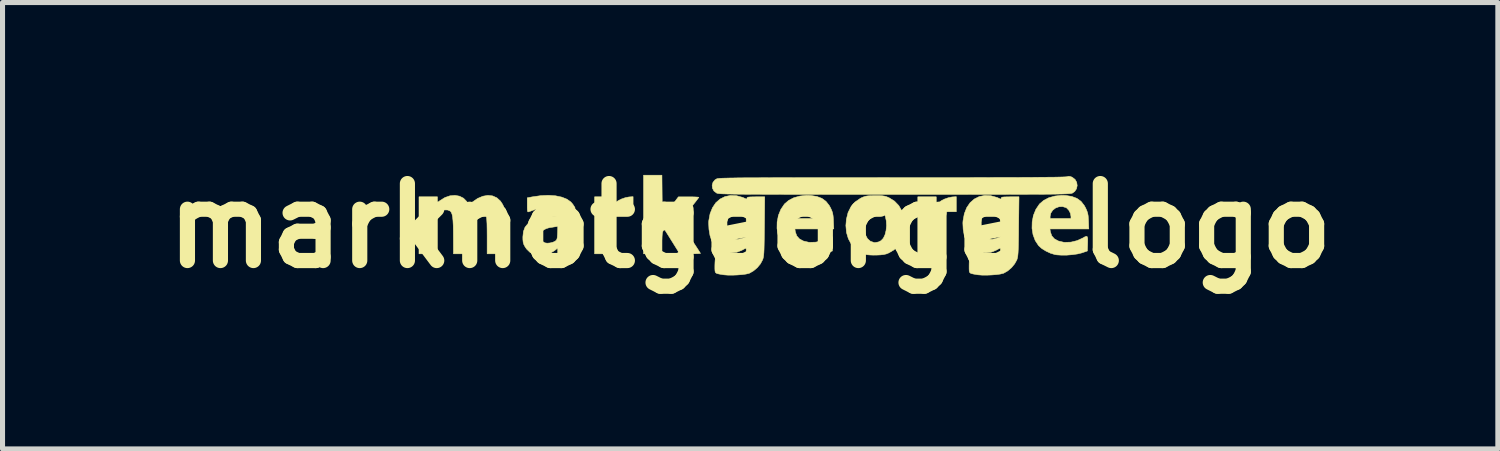
<source format=kicad_pcb>
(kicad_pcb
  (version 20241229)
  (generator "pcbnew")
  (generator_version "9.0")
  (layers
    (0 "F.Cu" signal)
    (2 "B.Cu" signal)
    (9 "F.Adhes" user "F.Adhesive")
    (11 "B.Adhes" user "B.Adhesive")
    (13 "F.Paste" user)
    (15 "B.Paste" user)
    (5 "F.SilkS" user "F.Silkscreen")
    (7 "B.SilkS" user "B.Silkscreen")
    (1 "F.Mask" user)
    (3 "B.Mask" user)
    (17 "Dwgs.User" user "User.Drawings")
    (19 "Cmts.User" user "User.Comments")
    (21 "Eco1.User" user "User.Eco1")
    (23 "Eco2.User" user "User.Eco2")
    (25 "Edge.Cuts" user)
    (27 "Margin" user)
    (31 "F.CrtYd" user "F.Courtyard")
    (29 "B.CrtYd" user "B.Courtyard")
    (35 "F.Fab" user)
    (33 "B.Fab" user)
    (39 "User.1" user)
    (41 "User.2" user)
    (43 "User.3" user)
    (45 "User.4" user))
  (footprint "marknotgeorge logo"
    (layer "F.Cu")
    (at 11.8 1.418)
    (property "Reference" "marknotgeorge logo" (at 0 0 0) (layer "F.SilkS") (effects (font (size 1.524 1.524) (thickness 0.3))))
    (attr through_hole)
    (fp_poly (pts (xy -2.318 -0.277) (xy -2.449 -0.277) (xy -2.521 -0.275) (xy -2.589 -0.268) (xy -2.642 -0.259) (xy -2.647 -0.257) (xy -2.715 -0.237) (xy -2.715 0.556) (xy -3.08 0.556) (xy -3.08 -0.572) (xy -2.715 -0.572) (xy -2.715 -0.5) (xy -2.711 -0.451) (xy -2.7 -0.431) (xy -2.68 -0.44) (xy -2.662 -0.457) (xy -2.614 -0.495) (xy -2.547 -0.529) (xy -2.472 -0.555) (xy -2.401 -0.569) (xy -2.318 -0.575) (xy -2.318 -0.277)) (stroke (width 0.01) (type solid)) (fill yes) (layer "F.SilkS"))
    (fp_poly (pts (xy 4.08 -0.277) (xy 3.949 -0.277) (xy 3.877 -0.275) (xy 3.808 -0.268) (xy 3.756 -0.259) (xy 3.75 -0.257) (xy 3.683 -0.237) (xy 3.683 0.556) (xy 3.318 0.556) (xy 3.318 -0.572) (xy 3.683 -0.572) (xy 3.683 -0.5) (xy 3.686 -0.451) (xy 3.697 -0.431) (xy 3.718 -0.44) (xy 3.736 -0.457) (xy 3.783 -0.495) (xy 3.85 -0.529) (xy 3.926 -0.555) (xy 3.996 -0.569) (xy 4.08 -0.575) (xy 4.08 -0.277)) (stroke (width 0.01) (type solid)) (fill yes) (layer "F.SilkS"))
    (fp_poly (pts (xy -1.743 -0.576) (xy -1.738 -0.151) (xy -1.58 -0.361) (xy -1.421 -0.571) (xy -1.218 -0.571) (xy -1.142 -0.571) (xy -1.079 -0.569) (xy -1.035 -0.566) (xy -1.016 -0.563) (xy -1.016 -0.562) (xy -1.026 -0.548) (xy -1.052 -0.513) (xy -1.092 -0.461) (xy -1.143 -0.398) (xy -1.193 -0.336) (xy -1.252 -0.265) (xy -1.304 -0.201) (xy -1.346 -0.149) (xy -1.374 -0.114) (xy -1.384 -0.101) (xy -1.38 -0.081) (xy -1.358 -0.037) (xy -1.319 0.03) (xy -1.263 0.119) (xy -1.191 0.229) (xy -1.133 0.317) (xy -1.081 0.396) (xy -1.038 0.462) (xy -1.006 0.512) (xy -0.988 0.541) (xy -0.984 0.548) (xy -0.999 0.551) (xy -1.04 0.553) (xy -1.1 0.555) (xy -1.175 0.556) (xy -1.189 0.556) (xy -1.394 0.556) (xy -1.534 0.331) (xy -1.582 0.255) (xy -1.624 0.187) (xy -1.658 0.134) (xy -1.68 0.099) (xy -1.687 0.089) (xy -1.705 0.085) (xy -1.723 0.102) (xy -1.733 0.124) (xy -1.74 0.16) (xy -1.744 0.216) (xy -1.746 0.296) (xy -1.746 0.344) (xy -1.746 0.556) (xy -2.111 0.556) (xy -2.111 -1) (xy -1.747 -1) (xy -1.743 -0.576)) (stroke (width 0.01) (type solid)) (fill yes) (layer "F.SilkS"))
    (fp_poly (pts (xy -5.098 -0.59) (xy -5.014 -0.552) (xy -4.943 -0.487) (xy -4.901 -0.423) (xy -4.891 -0.402) (xy -4.882 -0.381) (xy -4.876 -0.354) (xy -4.871 -0.319) (xy -4.868 -0.271) (xy -4.865 -0.206) (xy -4.864 -0.121) (xy -4.862 -0.011) (xy -4.861 0.099) (xy -4.856 0.556) (xy -5.207 0.556) (xy -5.207 0.202) (xy -5.208 0.067) (xy -5.21 -0.041) (xy -5.215 -0.124) (xy -5.222 -0.186) (xy -5.233 -0.232) (xy -5.248 -0.264) (xy -5.267 -0.286) (xy -5.28 -0.296) (xy -5.33 -0.313) (xy -5.393 -0.312) (xy -5.456 -0.294) (xy -5.485 -0.279) (xy -5.524 -0.253) (xy -5.524 0.556) (xy -5.874 0.556) (xy -5.875 0.258) (xy -5.876 0.112) (xy -5.878 -0.006) (xy -5.883 -0.098) (xy -5.89 -0.169) (xy -5.9 -0.221) (xy -5.914 -0.258) (xy -5.93 -0.282) (xy -5.938 -0.29) (xy -5.986 -0.311) (xy -6.048 -0.313) (xy -6.113 -0.299) (xy -6.151 -0.279) (xy -6.191 -0.253) (xy -6.191 0.556) (xy -6.556 0.556) (xy -6.556 -0.572) (xy -6.191 -0.572) (xy -6.191 -0.459) (xy -6.139 -0.498) (xy -6.042 -0.558) (xy -5.943 -0.592) (xy -5.845 -0.601) (xy -5.755 -0.585) (xy -5.675 -0.545) (xy -5.612 -0.481) (xy -5.605 -0.471) (xy -5.567 -0.413) (xy -5.501 -0.467) (xy -5.395 -0.54) (xy -5.291 -0.584) (xy -5.191 -0.601) (xy -5.098 -0.59)) (stroke (width 0.01) (type solid)) (fill yes) (layer "F.SilkS"))
    (fp_poly (pts (xy 1.195 -0.599) (xy 1.319 -0.579) (xy 1.42 -0.541) (xy 1.5 -0.482) (xy 1.565 -0.4) (xy 1.591 -0.353) (xy 1.616 -0.298) (xy 1.632 -0.25) (xy 1.641 -0.198) (xy 1.647 -0.13) (xy 1.648 -0.093) (xy 1.655 0.064) (xy 0.885 0.064) (xy 0.894 0.123) (xy 0.922 0.201) (xy 0.975 0.261) (xy 1.053 0.303) (xy 1.156 0.327) (xy 1.18 0.329) (xy 1.301 0.325) (xy 1.424 0.295) (xy 1.533 0.245) (xy 1.579 0.219) (xy 1.608 0.209) (xy 1.625 0.219) (xy 1.632 0.251) (xy 1.633 0.309) (xy 1.632 0.353) (xy 1.627 0.5) (xy 1.516 0.538) (xy 1.434 0.558) (xy 1.333 0.573) (xy 1.223 0.582) (xy 1.116 0.583) (xy 1.022 0.577) (xy 0.984 0.571) (xy 0.896 0.544) (xy 0.806 0.502) (xy 0.725 0.452) (xy 0.664 0.398) (xy 0.66 0.393) (xy 0.594 0.293) (xy 0.551 0.177) (xy 0.531 0.052) (xy 0.534 -0.078) (xy 0.547 -0.143) (xy 0.889 -0.143) (xy 1.302 -0.143) (xy 1.302 -0.184) (xy 1.29 -0.245) (xy 1.261 -0.304) (xy 1.22 -0.348) (xy 1.205 -0.358) (xy 1.135 -0.379) (xy 1.063 -0.375) (xy 0.996 -0.35) (xy 0.94 -0.307) (xy 0.902 -0.25) (xy 0.889 -0.187) (xy 0.889 -0.143) (xy 0.547 -0.143) (xy 0.559 -0.205) (xy 0.607 -0.323) (xy 0.677 -0.427) (xy 0.682 -0.433) (xy 0.762 -0.501) (xy 0.864 -0.554) (xy 0.984 -0.587) (xy 1.114 -0.601) (xy 1.195 -0.599)) (stroke (width 0.01) (type solid)) (fill yes) (layer "F.SilkS"))
    (fp_poly (pts (xy 6.244 -0.599) (xy 6.367 -0.579) (xy 6.468 -0.541) (xy 6.549 -0.482) (xy 6.613 -0.4) (xy 6.639 -0.353) (xy 6.664 -0.298) (xy 6.68 -0.25) (xy 6.69 -0.198) (xy 6.695 -0.13) (xy 6.697 -0.093) (xy 6.703 0.064) (xy 5.933 0.064) (xy 5.943 0.123) (xy 5.97 0.201) (xy 6.023 0.261) (xy 6.102 0.303) (xy 6.204 0.327) (xy 6.229 0.329) (xy 6.349 0.325) (xy 6.472 0.295) (xy 6.581 0.245) (xy 6.627 0.219) (xy 6.657 0.209) (xy 6.673 0.219) (xy 6.681 0.251) (xy 6.681 0.309) (xy 6.68 0.353) (xy 6.675 0.5) (xy 6.564 0.538) (xy 6.483 0.558) (xy 6.381 0.573) (xy 6.271 0.582) (xy 6.164 0.583) (xy 6.071 0.577) (xy 6.032 0.571) (xy 5.944 0.544) (xy 5.854 0.502) (xy 5.773 0.452) (xy 5.712 0.398) (xy 5.708 0.393) (xy 5.642 0.293) (xy 5.599 0.177) (xy 5.579 0.052) (xy 5.582 -0.078) (xy 5.595 -0.143) (xy 5.937 -0.143) (xy 6.35 -0.143) (xy 6.35 -0.184) (xy 6.339 -0.245) (xy 6.309 -0.304) (xy 6.268 -0.348) (xy 6.253 -0.358) (xy 6.183 -0.379) (xy 6.112 -0.375) (xy 6.044 -0.35) (xy 5.989 -0.307) (xy 5.951 -0.25) (xy 5.937 -0.187) (xy 5.937 -0.143) (xy 5.595 -0.143) (xy 5.607 -0.205) (xy 5.655 -0.323) (xy 5.725 -0.427) (xy 5.73 -0.433) (xy 5.81 -0.501) (xy 5.912 -0.554) (xy 6.032 -0.587) (xy 6.162 -0.601) (xy 6.244 -0.599)) (stroke (width 0.01) (type solid)) (fill yes) (layer "F.SilkS"))
    (fp_poly (pts (xy 2.559 -0.595) (xy 2.618 -0.592) (xy 2.663 -0.585) (xy 2.703 -0.573) (xy 2.744 -0.555) (xy 2.748 -0.554) (xy 2.856 -0.487) (xy 2.942 -0.398) (xy 3.004 -0.288) (xy 3.044 -0.156) (xy 3.05 -0.118) (xy 3.059 0.027) (xy 3.042 0.162) (xy 3 0.284) (xy 2.935 0.39) (xy 2.848 0.476) (xy 2.749 0.536) (xy 2.696 0.558) (xy 2.641 0.571) (xy 2.575 0.578) (xy 2.509 0.581) (xy 2.435 0.582) (xy 2.366 0.579) (xy 2.313 0.574) (xy 2.298 0.571) (xy 2.181 0.526) (xy 2.082 0.457) (xy 2.002 0.366) (xy 1.943 0.257) (xy 1.906 0.133) (xy 1.894 -0.004) (xy 1.898 -0.049) (xy 2.256 -0.049) (xy 2.257 0.052) (xy 2.273 0.148) (xy 2.283 0.182) (xy 2.322 0.257) (xy 2.379 0.307) (xy 2.45 0.332) (xy 2.477 0.333) (xy 2.538 0.322) (xy 2.589 0.297) (xy 2.635 0.249) (xy 2.669 0.178) (xy 2.69 0.093) (xy 2.699 -0.001) (xy 2.694 -0.096) (xy 2.675 -0.184) (xy 2.643 -0.259) (xy 2.619 -0.291) (xy 2.591 -0.319) (xy 2.564 -0.334) (xy 2.525 -0.34) (xy 2.477 -0.341) (xy 2.42 -0.34) (xy 2.385 -0.333) (xy 2.358 -0.316) (xy 2.334 -0.291) (xy 2.296 -0.229) (xy 2.27 -0.145) (xy 2.256 -0.049) (xy 1.898 -0.049) (xy 1.904 -0.126) (xy 1.938 -0.262) (xy 1.996 -0.377) (xy 2.077 -0.47) (xy 2.182 -0.542) (xy 2.205 -0.554) (xy 2.248 -0.572) (xy 2.287 -0.584) (xy 2.331 -0.591) (xy 2.389 -0.594) (xy 2.47 -0.595) (xy 2.477 -0.595) (xy 2.559 -0.595)) (stroke (width 0.01) (type solid)) (fill yes) (layer "F.SilkS"))
    (fp_poly (pts (xy -3.852 -0.592) (xy -3.729 -0.566) (xy -3.627 -0.525) (xy -3.549 -0.469) (xy -3.512 -0.426) (xy -3.469 -0.36) (xy -3.464 0.098) (xy -3.459 0.556) (xy -3.81 0.556) (xy -3.81 0.439) (xy -3.846 0.472) (xy -3.88 0.498) (xy -3.93 0.527) (xy -3.969 0.546) (xy -4.063 0.577) (xy -4.164 0.587) (xy -4.257 0.574) (xy -4.278 0.568) (xy -4.361 0.525) (xy -4.427 0.46) (xy -4.457 0.416) (xy -4.481 0.371) (xy -4.494 0.328) (xy -4.499 0.277) (xy -4.5 0.222) (xy -4.498 0.205) (xy -4.143 0.205) (xy -4.135 0.269) (xy -4.109 0.312) (xy -4.064 0.339) (xy -4.019 0.346) (xy -3.96 0.341) (xy -3.902 0.326) (xy -3.86 0.306) (xy -3.839 0.288) (xy -3.826 0.266) (xy -3.819 0.233) (xy -3.815 0.18) (xy -3.813 0.143) (xy -3.809 0.012) (xy -3.861 0.021) (xy -3.912 0.029) (xy -3.97 0.038) (xy -3.981 0.04) (xy -4.037 0.057) (xy -4.088 0.084) (xy -4.096 0.09) (xy -4.126 0.121) (xy -4.14 0.155) (xy -4.143 0.205) (xy -4.498 0.205) (xy -4.489 0.115) (xy -4.457 0.03) (xy -4.402 -0.038) (xy -4.319 -0.093) (xy -4.282 -0.111) (xy -4.239 -0.125) (xy -4.172 -0.141) (xy -4.092 -0.157) (xy -4.008 -0.172) (xy -3.928 -0.183) (xy -3.861 -0.189) (xy -3.838 -0.19) (xy -3.816 -0.203) (xy -3.81 -0.232) (xy -3.819 -0.269) (xy -3.841 -0.301) (xy -3.9 -0.339) (xy -3.98 -0.359) (xy -4.074 -0.361) (xy -4.177 -0.345) (xy -4.247 -0.324) (xy -4.305 -0.304) (xy -4.354 -0.286) (xy -4.384 -0.276) (xy -4.385 -0.275) (xy -4.399 -0.274) (xy -4.407 -0.284) (xy -4.411 -0.311) (xy -4.413 -0.36) (xy -4.413 -0.409) (xy -4.413 -0.552) (xy -4.314 -0.571) (xy -4.147 -0.595) (xy -3.992 -0.602) (xy -3.852 -0.592)) (stroke (width 0.01) (type solid)) (fill yes) (layer "F.SilkS"))
    (fp_poly (pts (xy -0.27 -0.594) (xy -0.144 -0.559) (xy -0.075 -0.527) (xy -0.065 -0.534) (xy -0.064 -0.546) (xy -0.059 -0.557) (xy -0.043 -0.565) (xy -0.01 -0.569) (xy 0.045 -0.571) (xy 0.112 -0.572) (xy 0.288 -0.572) (xy 0.282 0.012) (xy 0.28 0.166) (xy 0.278 0.292) (xy 0.276 0.393) (xy 0.274 0.472) (xy 0.271 0.534) (xy 0.267 0.581) (xy 0.262 0.617) (xy 0.256 0.645) (xy 0.248 0.669) (xy 0.246 0.675) (xy 0.204 0.753) (xy 0.141 0.83) (xy 0.065 0.894) (xy -0.013 0.939) (xy -0.024 0.943) (xy -0.082 0.957) (xy -0.162 0.968) (xy -0.255 0.975) (xy -0.353 0.979) (xy -0.445 0.978) (xy -0.523 0.972) (xy -0.547 0.968) (xy -0.617 0.956) (xy -0.661 0.945) (xy -0.686 0.929) (xy -0.696 0.9) (xy -0.699 0.854) (xy -0.699 0.793) (xy -0.697 0.731) (xy -0.694 0.682) (xy -0.689 0.655) (xy -0.687 0.651) (xy -0.667 0.656) (xy -0.625 0.668) (xy -0.569 0.686) (xy -0.548 0.692) (xy -0.436 0.719) (xy -0.332 0.727) (xy -0.241 0.715) (xy -0.167 0.686) (xy -0.115 0.639) (xy -0.103 0.62) (xy -0.092 0.587) (xy -0.084 0.543) (xy -0.079 0.497) (xy -0.079 0.461) (xy -0.084 0.445) (xy -0.085 0.445) (xy -0.101 0.452) (xy -0.136 0.47) (xy -0.165 0.486) (xy -0.264 0.525) (xy -0.368 0.538) (xy -0.473 0.527) (xy -0.571 0.494) (xy -0.657 0.439) (xy -0.725 0.366) (xy -0.759 0.306) (xy -0.795 0.196) (xy -0.816 0.071) (xy -0.822 -0.053) (xy -0.821 -0.07) (xy -0.459 -0.07) (xy -0.458 0.027) (xy -0.442 0.115) (xy -0.425 0.159) (xy -0.378 0.225) (xy -0.317 0.261) (xy -0.243 0.27) (xy -0.155 0.249) (xy -0.143 0.244) (xy -0.079 0.219) (xy -0.079 -0.331) (xy -0.152 -0.342) (xy -0.246 -0.343) (xy -0.327 -0.316) (xy -0.391 -0.264) (xy -0.435 -0.19) (xy -0.444 -0.162) (xy -0.459 -0.07) (xy -0.821 -0.07) (xy -0.82 -0.097) (xy -0.794 -0.238) (xy -0.746 -0.357) (xy -0.68 -0.455) (xy -0.596 -0.528) (xy -0.498 -0.577) (xy -0.389 -0.599) (xy -0.27 -0.594)) (stroke (width 0.01) (type solid)) (fill yes) (layer "F.SilkS"))
    (fp_poly (pts (xy 4.762 -0.594) (xy 4.888 -0.559) (xy 4.957 -0.527) (xy 4.967 -0.534) (xy 4.969 -0.546) (xy 4.973 -0.557) (xy 4.989 -0.565) (xy 5.022 -0.569) (xy 5.077 -0.571) (xy 5.145 -0.572) (xy 5.321 -0.572) (xy 5.314 0.012) (xy 5.313 0.166) (xy 5.311 0.292) (xy 5.309 0.393) (xy 5.306 0.472) (xy 5.303 0.534) (xy 5.299 0.581) (xy 5.294 0.617) (xy 5.288 0.645) (xy 5.281 0.669) (xy 5.279 0.675) (xy 5.236 0.753) (xy 5.173 0.83) (xy 5.098 0.894) (xy 5.02 0.939) (xy 5.008 0.943) (xy 4.951 0.957) (xy 4.871 0.968) (xy 4.777 0.975) (xy 4.68 0.979) (xy 4.587 0.978) (xy 4.509 0.972) (xy 4.485 0.968) (xy 4.416 0.956) (xy 4.371 0.945) (xy 4.347 0.929) (xy 4.336 0.9) (xy 4.334 0.854) (xy 4.334 0.793) (xy 4.335 0.731) (xy 4.338 0.682) (xy 4.343 0.655) (xy 4.346 0.651) (xy 4.365 0.656) (xy 4.407 0.668) (xy 4.464 0.686) (xy 4.485 0.692) (xy 4.597 0.719) (xy 4.7 0.727) (xy 4.791 0.715) (xy 4.865 0.686) (xy 4.917 0.639) (xy 4.929 0.62) (xy 4.94 0.587) (xy 4.949 0.543) (xy 4.954 0.497) (xy 4.954 0.461) (xy 4.948 0.445) (xy 4.947 0.445) (xy 4.931 0.452) (xy 4.896 0.47) (xy 4.867 0.486) (xy 4.768 0.525) (xy 4.664 0.538) (xy 4.56 0.527) (xy 4.462 0.494) (xy 4.376 0.439) (xy 4.307 0.366) (xy 4.274 0.306) (xy 4.238 0.196) (xy 4.216 0.071) (xy 4.21 -0.053) (xy 4.211 -0.07) (xy 4.573 -0.07) (xy 4.574 0.027) (xy 4.59 0.115) (xy 4.608 0.159) (xy 4.655 0.225) (xy 4.715 0.261) (xy 4.79 0.27) (xy 4.877 0.249) (xy 4.889 0.244) (xy 4.953 0.219) (xy 4.953 -0.331) (xy 4.88 -0.342) (xy 4.786 -0.343) (xy 4.706 -0.316) (xy 4.642 -0.264) (xy 4.598 -0.19) (xy 4.589 -0.162) (xy 4.573 -0.07) (xy 4.211 -0.07) (xy 4.213 -0.097) (xy 4.239 -0.238) (xy 4.286 -0.357) (xy 4.353 -0.455) (xy 4.436 -0.528) (xy 4.534 -0.577) (xy 4.644 -0.599) (xy 4.762 -0.594)) (stroke (width 0.01) (type solid)) (fill yes) (layer "F.SilkS"))
    (fp_poly (pts (xy 6.347 -0.971) (xy 6.377 -0.958) (xy 6.431 -0.916) (xy 6.463 -0.86) (xy 6.473 -0.796) (xy 6.46 -0.733) (xy 6.425 -0.679) (xy 6.381 -0.647) (xy 6.374 -0.644) (xy 6.364 -0.641) (xy 6.349 -0.638) (xy 6.33 -0.636) (xy 6.304 -0.634) (xy 6.27 -0.632) (xy 6.227 -0.63) (xy 6.173 -0.628) (xy 6.108 -0.627) (xy 6.03 -0.625) (xy 5.939 -0.624) (xy 5.831 -0.623) (xy 5.708 -0.622) (xy 5.566 -0.622) (xy 5.405 -0.621) (xy 5.224 -0.621) (xy 5.021 -0.62) (xy 4.796 -0.62) (xy 4.546 -0.62) (xy 4.271 -0.619) (xy 3.969 -0.619) (xy 3.64 -0.619) (xy 3.281 -0.619) (xy 2.892 -0.619) (xy 2.857 -0.619) (xy 2.466 -0.619) (xy 2.105 -0.619) (xy 1.773 -0.619) (xy 1.469 -0.619) (xy 1.191 -0.62) (xy 0.939 -0.62) (xy 0.712 -0.62) (xy 0.507 -0.621) (xy 0.324 -0.621) (xy 0.162 -0.622) (xy 0.019 -0.622) (xy -0.107 -0.623) (xy -0.215 -0.624) (xy -0.308 -0.625) (xy -0.387 -0.627) (xy -0.453 -0.628) (xy -0.507 -0.63) (xy -0.551 -0.631) (xy -0.586 -0.633) (xy -0.613 -0.636) (xy -0.633 -0.638) (xy -0.648 -0.641) (xy -0.658 -0.644) (xy -0.666 -0.647) (xy -0.666 -0.647) (xy -0.718 -0.688) (xy -0.747 -0.742) (xy -0.753 -0.802) (xy -0.736 -0.86) (xy -0.697 -0.907) (xy -0.66 -0.929) (xy -0.65 -0.932) (xy -0.634 -0.934) (xy -0.611 -0.937) (xy -0.578 -0.939) (xy -0.536 -0.941) (xy -0.482 -0.942) (xy -0.415 -0.944) (xy -0.335 -0.945) (xy -0.24 -0.947) (xy -0.129 -0.948) (xy 0.000227 -0.949) (xy 0.148 -0.949) (xy 0.315 -0.95) (xy 0.504 -0.951) (xy 0.714 -0.951) (xy 0.949 -0.952) (xy 1.208 -0.952) (xy 1.493 -0.952) (xy 1.805 -0.952) (xy 2.146 -0.952) (xy 2.516 -0.952) (xy 2.807 -0.953) (xy 3.235 -0.953) (xy 3.632 -0.953) (xy 3.998 -0.953) (xy 4.334 -0.953) (xy 4.641 -0.954) (xy 4.92 -0.955) (xy 5.17 -0.955) (xy 5.393 -0.956) (xy 5.589 -0.957) (xy 5.759 -0.959) (xy 5.903 -0.96) (xy 6.023 -0.961) (xy 6.118 -0.963) (xy 6.189 -0.965) (xy 6.238 -0.967) (xy 6.264 -0.969) (xy 6.268 -0.97) (xy 6.308 -0.979) (xy 6.347 -0.971)) (stroke (width 0.01) (type solid)) (fill yes) (layer "F.SilkS")))
  (gr_rect
    (start -3 -3)
    (end 26.6 5.836)
    (stroke (width 0.1) (type default))
    (fill no)
    (layer "Edge.Cuts")))
</source>
